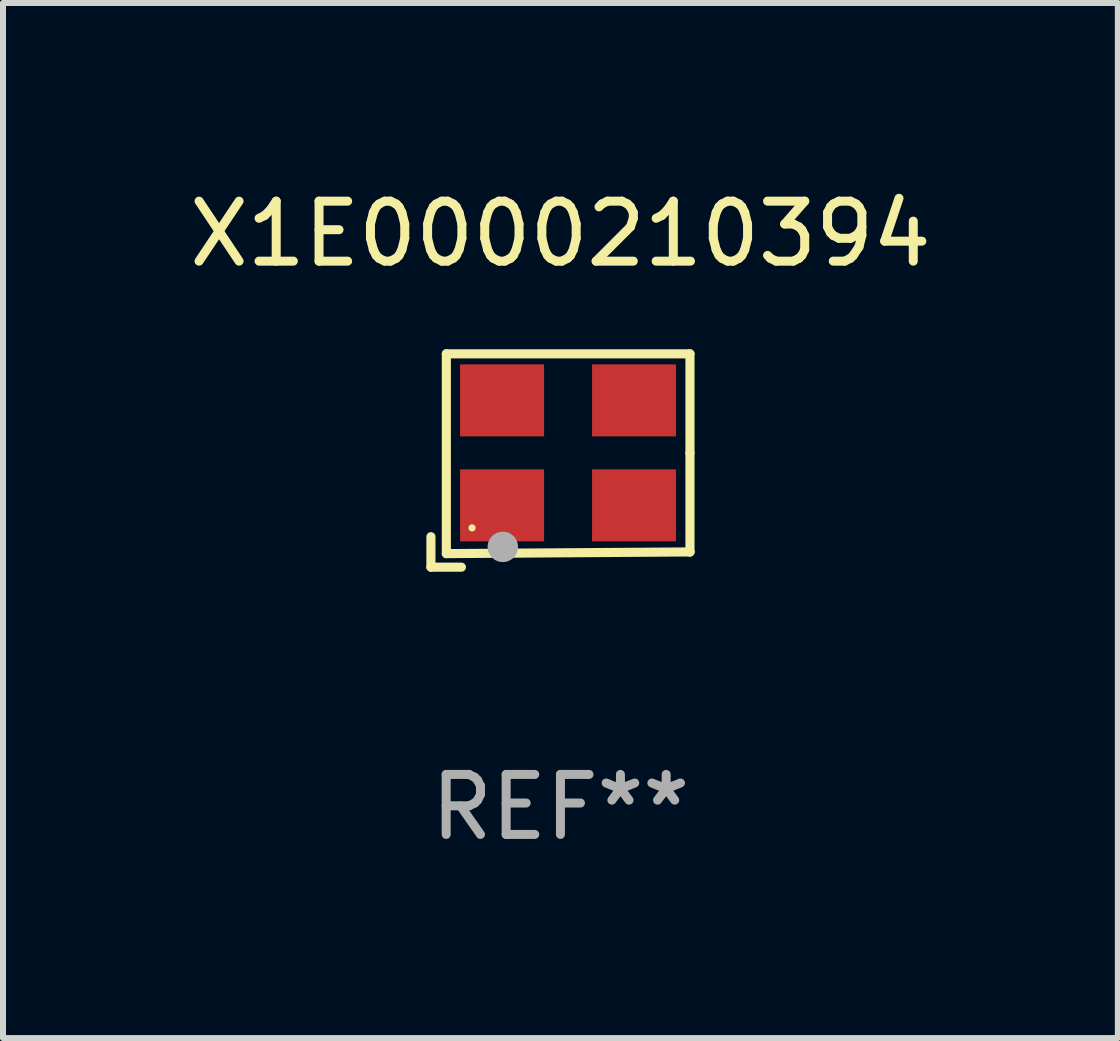
<source format=kicad_pcb>
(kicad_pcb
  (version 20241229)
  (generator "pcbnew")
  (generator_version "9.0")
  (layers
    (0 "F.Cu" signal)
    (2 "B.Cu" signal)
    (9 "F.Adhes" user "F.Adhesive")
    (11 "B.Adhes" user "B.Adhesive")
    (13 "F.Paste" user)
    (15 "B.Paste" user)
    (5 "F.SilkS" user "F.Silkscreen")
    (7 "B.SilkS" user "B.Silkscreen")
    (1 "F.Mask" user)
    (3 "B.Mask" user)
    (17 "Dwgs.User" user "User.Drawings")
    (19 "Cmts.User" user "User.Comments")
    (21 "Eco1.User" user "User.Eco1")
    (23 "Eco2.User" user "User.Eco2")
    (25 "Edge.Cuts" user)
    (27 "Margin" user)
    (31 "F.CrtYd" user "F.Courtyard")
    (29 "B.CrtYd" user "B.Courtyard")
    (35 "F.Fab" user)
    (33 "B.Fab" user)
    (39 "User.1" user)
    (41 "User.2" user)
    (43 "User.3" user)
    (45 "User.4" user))
  (footprint "X1E0000210394"
    (layer "F.Cu")
    (at 6.292 4.626)
    (property "Reference" "X1E0000210394" (at 0 -3.778 0) (layer "F.SilkS") (effects (font (size 1 1) (thickness 0.15))))
    (attr through_hole)
    (fp_line (start -2.159 1.27) (end -2.159 1.778) (stroke (width 0.152) (type solid)) (layer "F.SilkS"))
    (fp_line (start -2.159 1.778) (end -1.651 1.778) (stroke (width 0.152) (type solid)) (layer "F.SilkS"))
    (fp_line (start -1.902 -1.778) (end 2.159 -1.778) (stroke (width 0.152) (type solid)) (layer "F.SilkS"))
    (fp_line (start -1.902 1.552) (end -1.902 -1.778) (stroke (width 0.152) (type solid)) (layer "F.SilkS"))
    (fp_line (start 2.159 -1.778) (end 2.159 -0.127) (stroke (width 0.152) (type solid)) (layer "F.SilkS"))
    (fp_line (start 2.159 -0.127) (end 2.159 1.524) (stroke (width 0.152) (type solid)) (layer "F.SilkS"))
    (fp_line (start 2.159 1.524) (end -1.902 1.552) (stroke (width 0.152) (type solid)) (layer "F.SilkS"))
    (fp_line (start 2.159 1.524) (end 2.159 1.524) (stroke (width 0.152) (type solid)) (layer "F.SilkS"))
    (fp_circle (center -1.473 1.123) (end -1.443 1.123) (stroke (width 0.06) (type solid)) (fill no) (layer "F.SilkS"))
    (fp_circle (center -0.961 1.44) (end -0.834 1.44) (stroke (width 0.254) (type solid)) (fill no) (layer "F.Fab"))
    (fp_text user "REF**" (at 0 5.778 0) (layer "F.Fab") (effects (font (size 1 1) (thickness 0.15))))
    (pad "1" smd rect (at -0.973 0.748) (size 1.4 1.2) (layers "F.Cu" "F.Mask" "F.Paste"))
    (pad "2" smd rect (at 1.227 0.748) (size 1.4 1.2) (layers "F.Cu" "F.Mask" "F.Paste"))
    (pad "3" smd rect (at 1.227 -1.002) (size 1.4 1.2) (layers "F.Cu" "F.Mask" "F.Paste"))
    (pad "4" smd rect (at -0.973 -1.002) (size 1.4 1.2) (layers "F.Cu" "F.Mask" "F.Paste")))
  (gr_rect
    (start -3 -3)
    (end 15.583 14.253)
    (stroke (width 0.1) (type default))
    (fill no)
    (layer "Edge.Cuts")))
</source>
